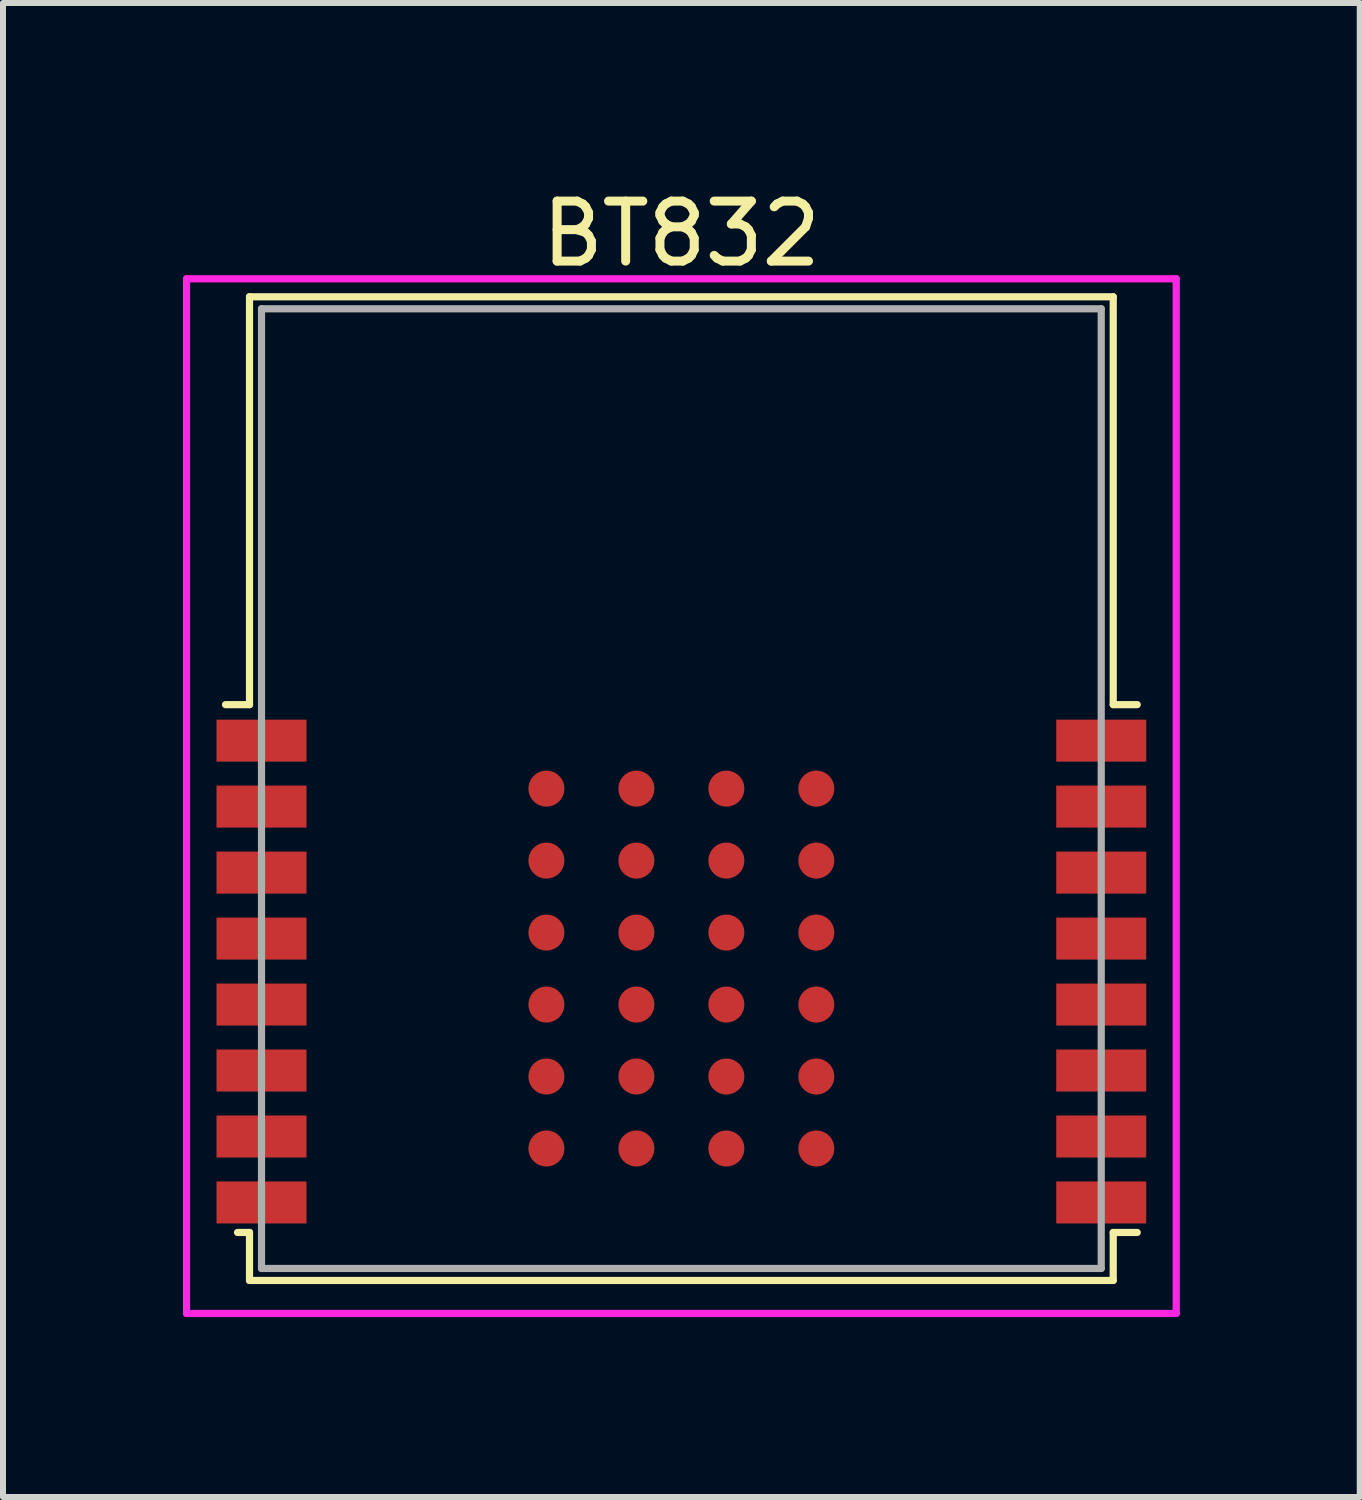
<source format=kicad_pcb>
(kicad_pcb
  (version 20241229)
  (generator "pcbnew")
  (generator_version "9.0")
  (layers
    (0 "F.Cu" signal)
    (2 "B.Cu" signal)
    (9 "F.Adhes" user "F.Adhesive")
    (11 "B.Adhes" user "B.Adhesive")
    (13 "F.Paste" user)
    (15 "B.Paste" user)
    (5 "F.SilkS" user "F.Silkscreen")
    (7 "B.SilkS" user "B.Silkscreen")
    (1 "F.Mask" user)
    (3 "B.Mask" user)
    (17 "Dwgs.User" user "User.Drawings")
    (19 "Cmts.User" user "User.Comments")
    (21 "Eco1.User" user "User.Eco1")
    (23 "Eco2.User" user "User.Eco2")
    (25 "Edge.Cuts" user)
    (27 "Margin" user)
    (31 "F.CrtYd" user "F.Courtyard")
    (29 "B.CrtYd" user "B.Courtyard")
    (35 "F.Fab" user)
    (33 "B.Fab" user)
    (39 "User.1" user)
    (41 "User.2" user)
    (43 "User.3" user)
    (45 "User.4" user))
  (footprint "BT832"
    (layer "F.Cu")
    (at 8.31 10.098)
    (property "Reference" "BT832" (at 0 -9.25 0) (layer "F.SilkS") (effects (font (size 1 1) (thickness 0.15))))
    (attr through_hole)
    (fp_line (start -7.4 7.4) (end -7.2 7.4) (stroke (width 0.12) (type solid)) (layer "F.SilkS"))
    (fp_line (start -7.2 -8.2) (end -7.2 -1.4) (stroke (width 0.12) (type solid)) (layer "F.SilkS"))
    (fp_line (start -7.2 -8.2) (end 7.2 -8.2) (stroke (width 0.12) (type solid)) (layer "F.SilkS"))
    (fp_line (start -7.2 -1.4) (end -7.6 -1.4) (stroke (width 0.12) (type solid)) (layer "F.SilkS"))
    (fp_line (start -7.2 7.4) (end -7.2 8.2) (stroke (width 0.12) (type solid)) (layer "F.SilkS"))
    (fp_line (start -7.2 8.2) (end 7.2 8.2) (stroke (width 0.12) (type solid)) (layer "F.SilkS"))
    (fp_line (start 7.2 -8.2) (end 7.2 -1.4) (stroke (width 0.12) (type solid)) (layer "F.SilkS"))
    (fp_line (start 7.2 -1.4) (end 7.6 -1.4) (stroke (width 0.12) (type solid)) (layer "F.SilkS"))
    (fp_line (start 7.2 7.4) (end 7.6 7.4) (stroke (width 0.12) (type solid)) (layer "F.SilkS"))
    (fp_line (start 7.2 8.2) (end 7.2 7.4) (stroke (width 0.12) (type solid)) (layer "F.SilkS"))
    (fp_line (start -8.25 -8.5) (end -8.25 8.75) (stroke (width 0.12) (type solid)) (layer "F.CrtYd"))
    (fp_line (start -8.25 8.75) (end 8.25 8.75) (stroke (width 0.12) (type solid)) (layer "F.CrtYd"))
    (fp_line (start 8.25 -8.5) (end -8.25 -8.5) (stroke (width 0.12) (type solid)) (layer "F.CrtYd"))
    (fp_line (start 8.25 8.75) (end 8.25 -8.5) (stroke (width 0.12) (type solid)) (layer "F.CrtYd"))
    (fp_line (start -7 -8) (end -7 8) (stroke (width 0.12) (type solid)) (layer "F.Fab"))
    (fp_line (start -7 8) (end 7 8) (stroke (width 0.12) (type solid)) (layer "F.Fab"))
    (fp_line (start 7 -8) (end -7 -8) (stroke (width 0.12) (type solid)) (layer "F.Fab"))
    (fp_line (start 7 8) (end 7 -8) (stroke (width 0.12) (type solid)) (layer "F.Fab"))
    (pad "1" smd rect (at -7 -0.8) (size 1.5 0.7) (layers "F.Cu" "F.Mask" "F.Paste"))
    (pad "2" smd rect (at -7 0.3) (size 1.5 0.7) (layers "F.Cu" "F.Mask" "F.Paste"))
    (pad "3" smd rect (at -7 1.4) (size 1.5 0.7) (layers "F.Cu" "F.Mask" "F.Paste"))
    (pad "4" smd rect (at -7 2.5) (size 1.5 0.7) (layers "F.Cu" "F.Mask" "F.Paste"))
    (pad "5" smd rect (at -7 3.6) (size 1.5 0.7) (layers "F.Cu" "F.Mask" "F.Paste"))
    (pad "6" smd rect (at -7 4.7) (size 1.5 0.7) (layers "F.Cu" "F.Mask" "F.Paste"))
    (pad "7" smd rect (at -7 5.8) (size 1.5 0.7) (layers "F.Cu" "F.Mask" "F.Paste"))
    (pad "8" smd rect (at -7 6.9) (size 1.5 0.7) (layers "F.Cu" "F.Mask" "F.Paste"))
    (pad "9" smd rect (at 7 6.9) (size 1.5 0.7) (layers "F.Cu" "F.Mask" "F.Paste"))
    (pad "10" smd rect (at 7 5.8) (size 1.5 0.7) (layers "F.Cu" "F.Mask" "F.Paste"))
    (pad "11" smd rect (at 7 4.7) (size 1.5 0.7) (layers "F.Cu" "F.Mask" "F.Paste"))
    (pad "12" smd rect (at 7 3.6) (size 1.5 0.7) (layers "F.Cu" "F.Mask" "F.Paste"))
    (pad "13" smd rect (at 7 2.5) (size 1.5 0.7) (layers "F.Cu" "F.Mask" "F.Paste"))
    (pad "14" smd rect (at 7 1.4) (size 1.5 0.7) (layers "F.Cu" "F.Mask" "F.Paste"))
    (pad "15" smd rect (at 7 0.3) (size 1.5 0.7) (layers "F.Cu" "F.Mask" "F.Paste"))
    (pad "16" smd rect (at 7 -0.8) (size 1.5 0.7) (layers "F.Cu" "F.Mask" "F.Paste"))
    (pad "A0" smd circle (at -2.25 0) (size 0.6 0.6) (layers "F.Cu" "F.Mask" "F.Paste"))
    (pad "A1" smd circle (at -2.25 1.2) (size 0.6 0.6) (layers "F.Cu" "F.Mask" "F.Paste"))
    (pad "A2" smd circle (at -2.25 2.4) (size 0.6 0.6) (layers "F.Cu" "F.Mask" "F.Paste"))
    (pad "A3" smd circle (at -2.25 3.6) (size 0.6 0.6) (layers "F.Cu" "F.Mask" "F.Paste"))
    (pad "A4" smd circle (at -2.25 4.8) (size 0.6 0.6) (layers "F.Cu" "F.Mask" "F.Paste"))
    (pad "A5" smd circle (at -2.25 6) (size 0.6 0.6) (layers "F.Cu" "F.Mask" "F.Paste"))
    (pad "B0" smd circle (at -0.75 0) (size 0.6 0.6) (layers "F.Cu" "F.Mask" "F.Paste"))
    (pad "B1" smd circle (at -0.75 1.2) (size 0.6 0.6) (layers "F.Cu" "F.Mask" "F.Paste"))
    (pad "B2" smd circle (at -0.75 2.4) (size 0.6 0.6) (layers "F.Cu" "F.Mask" "F.Paste"))
    (pad "B3" smd circle (at -0.75 3.6) (size 0.6 0.6) (layers "F.Cu" "F.Mask" "F.Paste"))
    (pad "B4" smd circle (at -0.75 4.8) (size 0.6 0.6) (layers "F.Cu" "F.Mask" "F.Paste"))
    (pad "B5" smd circle (at -0.75 6) (size 0.6 0.6) (layers "F.Cu" "F.Mask" "F.Paste"))
    (pad "C0" smd circle (at 0.75 0) (size 0.6 0.6) (layers "F.Cu" "F.Mask" "F.Paste"))
    (pad "C1" smd circle (at 0.75 1.2) (size 0.6 0.6) (layers "F.Cu" "F.Mask" "F.Paste"))
    (pad "C2" smd circle (at 0.75 2.4) (size 0.6 0.6) (layers "F.Cu" "F.Mask" "F.Paste"))
    (pad "C3" smd circle (at 0.75 3.6) (size 0.6 0.6) (layers "F.Cu" "F.Mask" "F.Paste"))
    (pad "C4" smd circle (at 0.75 4.8) (size 0.6 0.6) (layers "F.Cu" "F.Mask" "F.Paste"))
    (pad "C5" smd circle (at 0.75 6) (size 0.6 0.6) (layers "F.Cu" "F.Mask" "F.Paste"))
    (pad "D0" smd circle (at 2.25 0) (size 0.6 0.6) (layers "F.Cu" "F.Mask" "F.Paste"))
    (pad "D1" smd circle (at 2.25 1.2) (size 0.6 0.6) (layers "F.Cu" "F.Mask" "F.Paste"))
    (pad "D2" smd circle (at 2.25 2.4) (size 0.6 0.6) (layers "F.Cu" "F.Mask" "F.Paste"))
    (pad "D3" smd circle (at 2.25 3.6) (size 0.6 0.6) (layers "F.Cu" "F.Mask" "F.Paste"))
    (pad "D4" smd circle (at 2.25 4.8) (size 0.6 0.6) (layers "F.Cu" "F.Mask" "F.Paste"))
    (pad "D5" smd circle (at 2.25 6) (size 0.6 0.6) (layers "F.Cu" "F.Mask" "F.Paste")))
  (gr_rect
    (start -3 -3)
    (end 19.62 21.908)
    (stroke (width 0.1) (type default))
    (fill no)
    (layer "Edge.Cuts")))
</source>
